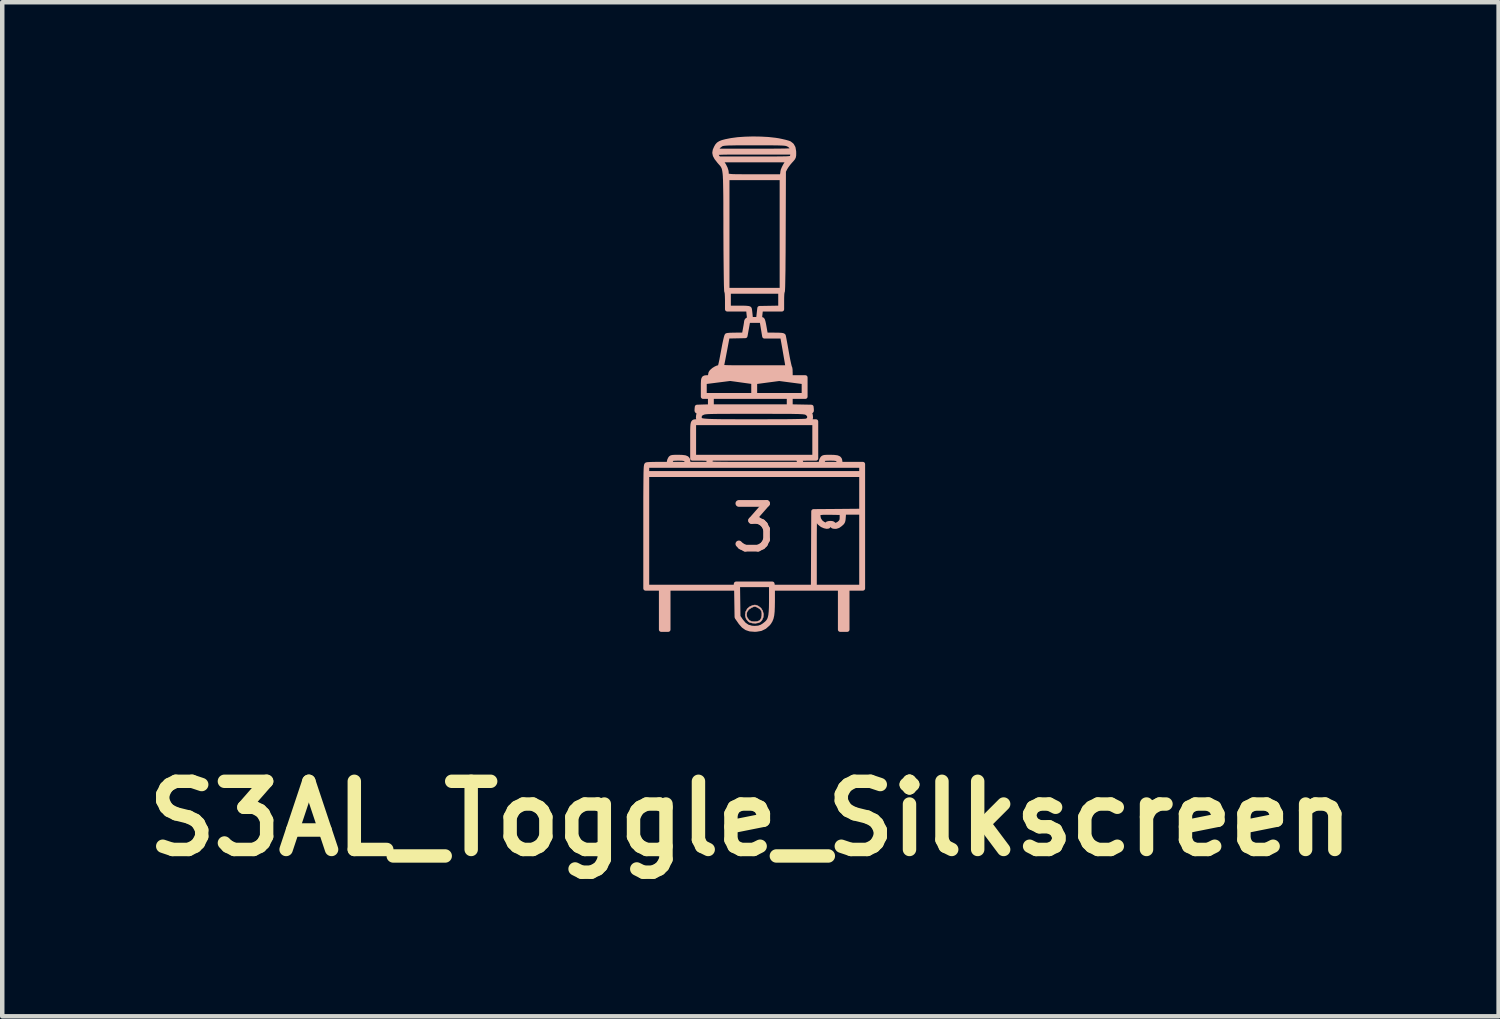
<source format=kicad_pcb>
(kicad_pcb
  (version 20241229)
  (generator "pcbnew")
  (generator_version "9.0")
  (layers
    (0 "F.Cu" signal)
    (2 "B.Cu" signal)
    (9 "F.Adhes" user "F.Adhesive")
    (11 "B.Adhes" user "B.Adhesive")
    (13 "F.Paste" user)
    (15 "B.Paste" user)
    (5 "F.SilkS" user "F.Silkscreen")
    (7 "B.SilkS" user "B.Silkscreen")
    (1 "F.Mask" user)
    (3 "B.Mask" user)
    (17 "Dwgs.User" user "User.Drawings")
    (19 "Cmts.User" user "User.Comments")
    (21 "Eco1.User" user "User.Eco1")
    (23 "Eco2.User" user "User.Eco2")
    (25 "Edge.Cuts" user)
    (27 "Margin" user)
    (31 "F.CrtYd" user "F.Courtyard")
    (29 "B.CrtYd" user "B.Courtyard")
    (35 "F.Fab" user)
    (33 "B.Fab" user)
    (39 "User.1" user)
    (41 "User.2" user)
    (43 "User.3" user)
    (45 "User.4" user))
  (footprint "S3AL_Toggle_Silkscreen"
    (layer "F.Cu")
    (at 13.673 5.673)
    (property "Reference" "S3AL_Toggle_Silkscreen" (at 0.05 9.575 0) (layer "F.SilkS") (effects (font (size 1.524 1.524) (thickness 0.3))))
    (attr through_hole)
    (fp_poly (pts (xy 0.18 4.804) (xy 0.226 4.824) (xy 0.229 4.825) (xy 0.287 4.871) (xy 0.325 4.933) (xy 0.342 5.004) (xy 0.336 5.076) (xy 0.306 5.141) (xy 0.274 5.176) (xy 0.227 5.198) (xy 0.163 5.208) (xy 0.095 5.204) (xy 0.035 5.188) (xy 0.006 5.171) (xy -0.044 5.11) (xy -0.065 5.037) (xy -0.063 5.015) (xy -0.038 5.015) (xy -0.024 5.078) (xy 0.02 5.137) (xy 0.03 5.146) (xy 0.076 5.168) (xy 0.137 5.175) (xy 0.2 5.169) (xy 0.251 5.149) (xy 0.26 5.143) (xy 0.289 5.101) (xy 0.305 5.041) (xy 0.306 4.977) (xy 0.296 4.934) (xy 0.269 4.896) (xy 0.222 4.862) (xy 0.214 4.858) (xy 0.174 4.839) (xy 0.146 4.833) (xy 0.116 4.841) (xy 0.08 4.856) (xy 0.015 4.898) (xy -0.025 4.953) (xy -0.038 5.015) (xy -0.063 5.015) (xy -0.057 4.959) (xy -0.056 4.953) (xy -0.019 4.884) (xy 0.039 4.835) (xy 0.103 4.808) (xy 0.144 4.8) (xy 0.18 4.804)) (stroke (width 0.01) (type solid)) (fill yes) (layer "B.SilkS"))
    (fp_poly (pts (xy 0.281 -5.62) (xy 0.45 -5.611) (xy 0.603 -5.594) (xy 0.675 -5.583) (xy 0.755 -5.566) (xy 0.829 -5.549) (xy 0.888 -5.532) (xy 0.924 -5.519) (xy 0.924 -5.519) (xy 0.976 -5.478) (xy 1.009 -5.419) (xy 1.023 -5.338) (xy 1.024 -5.302) (xy 1.023 -5.25) (xy 1.016 -5.214) (xy 0.999 -5.183) (xy 0.967 -5.145) (xy 0.946 -5.123) (xy 0.9 -5.069) (xy 0.857 -5.011) (xy 0.831 -4.969) (xy 0.794 -4.897) (xy 0.789 -3.552) (xy 0.788 -3.298) (xy 0.787 -3.069) (xy 0.785 -2.864) (xy 0.784 -2.686) (xy 0.781 -2.534) (xy 0.779 -2.41) (xy 0.777 -2.315) (xy 0.774 -2.249) (xy 0.771 -2.213) (xy 0.769 -2.207) (xy 0.763 -2.192) (xy 0.758 -2.149) (xy 0.755 -2.084) (xy 0.754 -2.008) (xy 0.754 -1.81) (xy 0.282 -1.81) (xy 0.272 -1.726) (xy 0.265 -1.66) (xy 0.263 -1.619) (xy 0.268 -1.597) (xy 0.28 -1.589) (xy 0.293 -1.587) (xy 0.308 -1.586) (xy 0.32 -1.578) (xy 0.329 -1.559) (xy 0.339 -1.524) (xy 0.351 -1.468) (xy 0.366 -1.385) (xy 0.392 -1.238) (xy 0.587 -1.238) (xy 0.674 -1.237) (xy 0.734 -1.234) (xy 0.77 -1.229) (xy 0.788 -1.221) (xy 0.791 -1.217) (xy 0.796 -1.195) (xy 0.805 -1.148) (xy 0.818 -1.078) (xy 0.834 -0.992) (xy 0.851 -0.895) (xy 0.858 -0.856) (xy 0.876 -0.756) (xy 0.893 -0.667) (xy 0.909 -0.594) (xy 0.921 -0.542) (xy 0.929 -0.514) (xy 0.931 -0.511) (xy 0.938 -0.493) (xy 0.943 -0.453) (xy 0.944 -0.398) (xy 0.945 -0.396) (xy 0.945 -0.286) (xy 1.278 -0.286) (xy 1.278 0.143) (xy 0.945 0.143) (xy 0.945 0.364) (xy 1.413 0.373) (xy 1.418 0.425) (xy 1.418 0.46) (xy 1.406 0.474) (xy 1.381 0.476) (xy 1.353 0.478) (xy 1.352 0.488) (xy 1.364 0.501) (xy 1.394 0.551) (xy 1.4 0.61) (xy 1.391 0.645) (xy 1.378 0.677) (xy 1.379 0.693) (xy 1.402 0.698) (xy 1.445 0.699) (xy 1.516 0.699) (xy 1.516 1.524) (xy 1.333 1.524) (xy 1.262 1.525) (xy 1.203 1.527) (xy 1.164 1.529) (xy 1.151 1.532) (xy 1.156 1.551) (xy 1.17 1.587) (xy 1.174 1.596) (xy 1.197 1.651) (xy 1.627 1.651) (xy 1.627 1.618) (xy 1.659 1.618) (xy 1.661 1.632) (xy 1.669 1.642) (xy 1.691 1.647) (xy 1.73 1.65) (xy 1.792 1.651) (xy 1.841 1.651) (xy 2.024 1.651) (xy 2.024 1.607) (xy 2.02 1.571) (xy 2.006 1.547) (xy 1.975 1.533) (xy 1.924 1.526) (xy 1.846 1.524) (xy 1.839 1.524) (xy 1.768 1.525) (xy 1.723 1.528) (xy 1.696 1.534) (xy 1.681 1.546) (xy 1.675 1.555) (xy 1.661 1.596) (xy 1.659 1.618) (xy 1.627 1.618) (xy 1.627 1.611) (xy 1.636 1.567) (xy 1.653 1.531) (xy 1.667 1.513) (xy 1.684 1.502) (xy 1.711 1.496) (xy 1.756 1.493) (xy 1.825 1.492) (xy 1.832 1.492) (xy 1.922 1.495) (xy 1.986 1.503) (xy 2.026 1.52) (xy 2.048 1.547) (xy 2.056 1.587) (xy 2.056 1.596) (xy 2.056 1.651) (xy 2.564 1.651) (xy 2.564 4.429) (xy 2.215 4.429) (xy 2.215 5.35) (xy 2.056 5.35) (xy 2.056 4.429) (xy 2.087 4.429) (xy 2.087 5.318) (xy 2.183 5.318) (xy 2.183 4.429) (xy 2.087 4.429) (xy 2.056 4.429) (xy 0.548 4.429) (xy 0.548 4.712) (xy 0.546 4.842) (xy 0.542 4.946) (xy 0.533 5.028) (xy 0.518 5.093) (xy 0.497 5.145) (xy 0.469 5.191) (xy 0.443 5.223) (xy 0.367 5.29) (xy 0.282 5.331) (xy 0.182 5.348) (xy 0.142 5.349) (xy 0.042 5.341) (xy -0.037 5.315) (xy -0.105 5.267) (xy -0.17 5.193) (xy -0.182 5.175) (xy -0.254 5.072) (xy -0.259 4.751) (xy -0.264 4.429) (xy -1.786 4.429) (xy -1.786 5.35) (xy -1.945 5.35) (xy -1.945 4.429) (xy -1.913 4.429) (xy -1.913 5.318) (xy -1.818 5.318) (xy -1.818 4.429) (xy -1.913 4.429) (xy -1.945 4.429) (xy -2.294 4.429) (xy -2.294 3.05) (xy -2.294 2.807) (xy -2.294 2.595) (xy -2.294 2.41) (xy -2.293 2.251) (xy -2.292 2.116) (xy -2.291 2.003) (xy -2.29 1.911) (xy -2.29 1.889) (xy -2.262 1.889) (xy -2.262 4.397) (xy -0.28 4.397) (xy -0.273 4.35) (xy -0.232 4.35) (xy -0.227 4.705) (xy -0.222 5.061) (xy -0.159 5.154) (xy -0.091 5.234) (xy -0.015 5.286) (xy 0.074 5.312) (xy 0.143 5.317) (xy 0.235 5.31) (xy 0.301 5.287) (xy 0.354 5.254) (xy 0.406 5.213) (xy 0.416 5.204) (xy 0.447 5.17) (xy 0.471 5.132) (xy 0.488 5.086) (xy 0.501 5.027) (xy 0.509 4.951) (xy 0.514 4.854) (xy 0.516 4.732) (xy 0.516 4.672) (xy 0.516 4.35) (xy -0.232 4.35) (xy -0.273 4.35) (xy -0.27 4.326) (xy 0.54 4.326) (xy 0.55 4.397) (xy 1.452 4.397) (xy 1.456 3.564) (xy 1.484 3.564) (xy 1.484 4.397) (xy 2.532 4.397) (xy 2.532 2.731) (xy 2.139 2.731) (xy 2.132 2.836) (xy 2.127 2.895) (xy 2.118 2.932) (xy 2.101 2.961) (xy 2.069 2.99) (xy 2.064 2.995) (xy 2.014 3.031) (xy 1.967 3.047) (xy 1.942 3.048) (xy 1.899 3.044) (xy 1.882 3.03) (xy 1.881 3.024) (xy 1.867 3.005) (xy 1.841 3) (xy 1.81 3.009) (xy 1.802 3.024) (xy 1.789 3.043) (xy 1.756 3.047) (xy 1.708 3.037) (xy 1.655 3.014) (xy 1.651 3.012) (xy 1.59 2.963) (xy 1.554 2.899) (xy 1.541 2.815) (xy 1.54 2.806) (xy 1.54 2.804) (xy 1.564 2.804) (xy 1.578 2.878) (xy 1.618 2.942) (xy 1.67 2.983) (xy 1.726 3.009) (xy 1.758 3.014) (xy 1.766 2.999) (xy 1.766 2.996) (xy 1.776 2.981) (xy 1.806 2.973) (xy 1.845 2.97) (xy 1.882 2.975) (xy 1.905 2.988) (xy 1.907 2.992) (xy 1.929 3.013) (xy 1.967 3.012) (xy 2.015 2.99) (xy 2.04 2.971) (xy 2.071 2.942) (xy 2.087 2.915) (xy 2.094 2.878) (xy 2.095 2.832) (xy 2.095 2.738) (xy 1.852 2.734) (xy 1.749 2.733) (xy 1.674 2.734) (xy 1.622 2.739) (xy 1.59 2.749) (xy 1.572 2.764) (xy 1.565 2.786) (xy 1.564 2.804) (xy 1.54 2.804) (xy 1.538 2.759) (xy 1.529 2.736) (xy 1.512 2.731) (xy 1.506 2.732) (xy 1.501 2.738) (xy 1.496 2.752) (xy 1.493 2.775) (xy 1.49 2.81) (xy 1.488 2.86) (xy 1.487 2.927) (xy 1.486 3.015) (xy 1.485 3.124) (xy 1.484 3.258) (xy 1.484 3.42) (xy 1.484 3.564) (xy 1.456 3.564) (xy 1.46 2.707) (xy 1.996 2.703) (xy 2.532 2.698) (xy 2.532 1.889) (xy -2.262 1.889) (xy -2.29 1.889) (xy -2.289 1.836) (xy -2.287 1.778) (xy -2.285 1.734) (xy -2.282 1.702) (xy -2.279 1.683) (xy -2.262 1.683) (xy -2.262 1.857) (xy 2.532 1.857) (xy 2.532 1.683) (xy -2.262 1.683) (xy -2.279 1.683) (xy -2.279 1.681) (xy -2.275 1.668) (xy -2.271 1.662) (xy -2.269 1.661) (xy -2.245 1.657) (xy -2.195 1.654) (xy -2.126 1.652) (xy -2.045 1.651) (xy -2.007 1.651) (xy -1.77 1.651) (xy -1.77 1.618) (xy -1.738 1.618) (xy -1.737 1.632) (xy -1.728 1.642) (xy -1.707 1.647) (xy -1.668 1.65) (xy -1.605 1.651) (xy -1.556 1.651) (xy -1.373 1.651) (xy -1.373 1.607) (xy -1.377 1.571) (xy -1.391 1.547) (xy -1.422 1.533) (xy -1.473 1.526) (xy -1.551 1.524) (xy -1.558 1.524) (xy -1.629 1.525) (xy -1.674 1.528) (xy -1.701 1.534) (xy -1.716 1.546) (xy -1.722 1.555) (xy -1.736 1.596) (xy -1.738 1.618) (xy -1.77 1.618) (xy -1.77 1.611) (xy -1.761 1.567) (xy -1.744 1.531) (xy -1.731 1.513) (xy -1.714 1.502) (xy -1.686 1.496) (xy -1.641 1.493) (xy -1.572 1.492) (xy -1.565 1.492) (xy -1.475 1.495) (xy -1.412 1.503) (xy -1.371 1.52) (xy -1.349 1.547) (xy -1.342 1.587) (xy -1.341 1.596) (xy -1.341 1.651) (xy -0.9 1.651) (xy -0.891 1.626) (xy -0.859 1.626) (xy -0.859 1.631) (xy -0.852 1.635) (xy -0.838 1.639) (xy -0.813 1.642) (xy -0.775 1.645) (xy -0.722 1.647) (xy -0.652 1.648) (xy -0.562 1.649) (xy -0.451 1.65) (xy -0.316 1.651) (xy -0.155 1.651) (xy 0.035 1.651) (xy 0.148 1.651) (xy 1.164 1.651) (xy 1.139 1.587) (xy 1.114 1.524) (xy -0.83 1.524) (xy -0.84 1.562) (xy -0.851 1.603) (xy -0.859 1.626) (xy -0.891 1.626) (xy -0.883 1.601) (xy -0.871 1.563) (xy -0.865 1.538) (xy -0.865 1.538) (xy -0.88 1.532) (xy -0.921 1.528) (xy -0.981 1.525) (xy -1.054 1.524) (xy -1.246 1.524) (xy -1.246 1.121) (xy -1.246 0.994) (xy -1.246 0.896) (xy -1.244 0.822) (xy -1.24 0.769) (xy -1.233 0.734) (xy -1.231 0.73) (xy -1.214 0.73) (xy -1.214 1.492) (xy 1.484 1.492) (xy 1.484 0.73) (xy -1.214 0.73) (xy -1.231 0.73) (xy -1.222 0.713) (xy -1.206 0.702) (xy -1.184 0.699) (xy -1.155 0.698) (xy -1.141 0.699) (xy -1.106 0.697) (xy -1.095 0.687) (xy -1.103 0.668) (xy -1.118 0.614) (xy -1.088 0.614) (xy -1.087 0.63) (xy -1.083 0.644) (xy -1.074 0.656) (xy -1.058 0.666) (xy -1.032 0.675) (xy -0.995 0.681) (xy -0.944 0.686) (xy -0.878 0.69) (xy -0.794 0.693) (xy -0.691 0.695) (xy -0.565 0.697) (xy -0.416 0.697) (xy -0.241 0.698) (xy -0.037 0.698) (xy 0.138 0.698) (xy 0.377 0.698) (xy 0.585 0.697) (xy 0.764 0.697) (xy 0.915 0.696) (xy 1.04 0.694) (xy 1.14 0.692) (xy 1.217 0.69) (xy 1.271 0.687) (xy 1.304 0.683) (xy 1.317 0.68) (xy 1.357 0.648) (xy 1.372 0.605) (xy 1.363 0.56) (xy 1.329 0.52) (xy 1.302 0.503) (xy 1.289 0.498) (xy 1.271 0.493) (xy 1.248 0.49) (xy 1.215 0.486) (xy 1.172 0.484) (xy 1.116 0.481) (xy 1.044 0.48) (xy 0.954 0.478) (xy 0.844 0.478) (xy 0.711 0.477) (xy 0.554 0.477) (xy 0.37 0.476) (xy 0.156 0.476) (xy 0.142 0.476) (xy -0.072 0.476) (xy -0.257 0.476) (xy -0.414 0.477) (xy -0.547 0.477) (xy -0.657 0.478) (xy -0.748 0.479) (xy -0.82 0.481) (xy -0.877 0.482) (xy -0.921 0.485) (xy -0.954 0.488) (xy -0.978 0.492) (xy -0.996 0.496) (xy -1.011 0.502) (xy -1.024 0.508) (xy -1.025 0.508) (xy -1.065 0.532) (xy -1.083 0.556) (xy -1.087 0.592) (xy -1.087 0.595) (xy -1.088 0.614) (xy -1.118 0.614) (xy -1.118 0.613) (xy -1.113 0.556) (xy -1.089 0.51) (xy -1.087 0.508) (xy -1.056 0.476) (xy -1.104 0.476) (xy -1.137 0.473) (xy -1.149 0.458) (xy -1.148 0.425) (xy -1.148 0.421) (xy -1.119 0.421) (xy -1.116 0.425) (xy -1.107 0.429) (xy -1.088 0.432) (xy -1.058 0.435) (xy -1.015 0.437) (xy -0.958 0.439) (xy -0.883 0.441) (xy -0.79 0.442) (xy -0.675 0.443) (xy -0.538 0.444) (xy -0.375 0.444) (xy -0.186 0.444) (xy 0.032 0.444) (xy 0.135 0.445) (xy 0.366 0.444) (xy 0.567 0.444) (xy 0.741 0.444) (xy 0.889 0.443) (xy 1.013 0.443) (xy 1.115 0.441) (xy 1.198 0.44) (xy 1.262 0.438) (xy 1.311 0.436) (xy 1.346 0.433) (xy 1.37 0.43) (xy 1.383 0.427) (xy 1.389 0.423) (xy 1.389 0.421) (xy 1.386 0.416) (xy 1.376 0.412) (xy 1.358 0.409) (xy 1.328 0.406) (xy 1.285 0.404) (xy 1.227 0.402) (xy 1.153 0.401) (xy 1.059 0.399) (xy 0.945 0.398) (xy 0.807 0.398) (xy 0.645 0.397) (xy 0.456 0.397) (xy 0.238 0.397) (xy 0.135 0.397) (xy -0.096 0.397) (xy -0.298 0.397) (xy -0.471 0.397) (xy -0.619 0.398) (xy -0.743 0.399) (xy -0.845 0.4) (xy -0.928 0.401) (xy -0.993 0.403) (xy -1.041 0.405) (xy -1.077 0.408) (xy -1.1 0.411) (xy -1.113 0.415) (xy -1.119 0.419) (xy -1.119 0.421) (xy -1.148 0.421) (xy -1.143 0.373) (xy -0.996 0.368) (xy -0.849 0.364) (xy -0.849 0.143) (xy -0.818 0.143) (xy -0.818 0.365) (xy 0.913 0.365) (xy 0.913 0.143) (xy -0.818 0.143) (xy -0.849 0.143) (xy -1.008 0.143) (xy -1.008 -0.062) (xy -1.008 -0.15) (xy -1.006 -0.185) (xy -0.976 -0.185) (xy -0.976 0.111) (xy 0.119 0.111) (xy 0.119 -0.185) (xy 0.151 -0.185) (xy 0.151 0.111) (xy 1.246 0.111) (xy 1.246 -0.185) (xy 0.97 -0.221) (xy 0.765 -0.248) (xy 1.061 -0.248) (xy 1.063 -0.245) (xy 1.09 -0.239) (xy 1.095 -0.238) (xy 1.172 -0.227) (xy 1.223 -0.226) (xy 1.245 -0.234) (xy 1.246 -0.238) (xy 1.231 -0.246) (xy 1.192 -0.251) (xy 1.139 -0.252) (xy 1.085 -0.25) (xy 1.061 -0.248) (xy 0.765 -0.248) (xy 0.694 -0.257) (xy 0.422 -0.221) (xy 0.151 -0.185) (xy 0.119 -0.185) (xy 0.119 -0.186) (xy -0.141 -0.222) (xy -0.298 -0.244) (xy -0.025 -0.244) (xy -0.023 -0.24) (xy -0.016 -0.238) (xy 0.078 -0.228) (xy 0.183 -0.227) (xy 0.279 -0.235) (xy 0.294 -0.237) (xy 0.313 -0.242) (xy 0.306 -0.246) (xy 0.271 -0.248) (xy 0.206 -0.25) (xy 0.143 -0.25) (xy 0.06 -0.249) (xy 0.003 -0.247) (xy -0.025 -0.244) (xy -0.298 -0.244) (xy -0.402 -0.258) (xy -0.976 -0.185) (xy -1.006 -0.185) (xy -1.005 -0.211) (xy -1.001 -0.237) (xy -0.976 -0.237) (xy -0.963 -0.228) (xy -0.92 -0.227) (xy -0.869 -0.231) (xy -0.814 -0.237) (xy -0.774 -0.243) (xy -0.755 -0.248) (xy -0.755 -0.248) (xy -0.767 -0.251) (xy -0.802 -0.253) (xy -0.855 -0.254) (xy -0.863 -0.254) (xy -0.926 -0.252) (xy -0.965 -0.245) (xy -0.976 -0.237) (xy -1.001 -0.237) (xy -0.998 -0.251) (xy -0.985 -0.273) (xy -0.962 -0.283) (xy -0.928 -0.286) (xy -0.905 -0.286) (xy -0.869 -0.288) (xy -0.853 -0.303) (xy -0.847 -0.338) (xy -0.846 -0.345) (xy -0.839 -0.381) (xy -0.818 -0.381) (xy -0.818 -0.286) (xy 0.913 -0.286) (xy 0.913 -0.381) (xy -0.818 -0.381) (xy -0.839 -0.381) (xy -0.838 -0.385) (xy -0.82 -0.413) (xy -0.774 -0.413) (xy 0.069 -0.413) (xy 0.254 -0.413) (xy 0.41 -0.413) (xy 0.539 -0.413) (xy 0.644 -0.414) (xy 0.727 -0.415) (xy 0.791 -0.416) (xy 0.838 -0.419) (xy 0.871 -0.421) (xy 0.893 -0.425) (xy 0.905 -0.429) (xy 0.911 -0.435) (xy 0.913 -0.441) (xy 0.913 -0.445) (xy 0.912 -0.452) (xy 0.908 -0.458) (xy 0.899 -0.463) (xy 0.882 -0.466) (xy 0.854 -0.47) (xy 0.812 -0.472) (xy 0.755 -0.474) (xy 0.679 -0.475) (xy 0.582 -0.476) (xy 0.462 -0.476) (xy 0.315 -0.476) (xy 0.14 -0.476) (xy 0.11 -0.476) (xy -0.071 -0.476) (xy -0.222 -0.476) (xy -0.347 -0.476) (xy -0.449 -0.475) (xy -0.529 -0.474) (xy -0.591 -0.472) (xy -0.638 -0.469) (xy -0.672 -0.466) (xy -0.696 -0.462) (xy -0.713 -0.457) (xy -0.725 -0.451) (xy -0.734 -0.445) (xy -0.774 -0.413) (xy -0.82 -0.413) (xy -0.816 -0.418) (xy -0.774 -0.455) (xy -0.773 -0.456) (xy -0.727 -0.485) (xy -0.685 -0.504) (xy -0.667 -0.508) (xy -0.655 -0.508) (xy -0.645 -0.511) (xy -0.636 -0.519) (xy -0.63 -0.532) (xy -0.592 -0.532) (xy -0.59 -0.526) (xy -0.581 -0.521) (xy -0.564 -0.517) (xy -0.535 -0.514) (xy -0.492 -0.512) (xy -0.433 -0.51) (xy -0.354 -0.509) (xy -0.253 -0.508) (xy -0.127 -0.508) (xy 0.027 -0.508) (xy 0.143 -0.508) (xy 0.885 -0.508) (xy 0.875 -0.575) (xy 0.869 -0.613) (xy 0.858 -0.676) (xy 0.844 -0.756) (xy 0.828 -0.848) (xy 0.815 -0.925) (xy 0.765 -1.206) (xy 0.363 -1.206) (xy 0.305 -1.556) (xy -0.003 -1.556) (xy -0.033 -1.385) (xy -0.064 -1.214) (xy -0.263 -1.21) (xy -0.462 -1.206) (xy -0.522 -0.888) (xy -0.541 -0.79) (xy -0.558 -0.701) (xy -0.573 -0.626) (xy -0.584 -0.571) (xy -0.59 -0.542) (xy -0.591 -0.539) (xy -0.592 -0.532) (xy -0.63 -0.532) (xy -0.627 -0.538) (xy -0.618 -0.568) (xy -0.607 -0.616) (xy -0.593 -0.682) (xy -0.576 -0.772) (xy -0.554 -0.889) (xy -0.545 -0.937) (xy -0.528 -1.027) (xy -0.511 -1.106) (xy -0.496 -1.17) (xy -0.484 -1.211) (xy -0.477 -1.226) (xy -0.455 -1.231) (xy -0.409 -1.235) (xy -0.345 -1.237) (xy -0.276 -1.238) (xy -0.091 -1.238) (xy -0.066 -1.379) (xy -0.054 -1.445) (xy -0.045 -1.501) (xy -0.04 -1.537) (xy -0.04 -1.545) (xy -0.026 -1.569) (xy -0.006 -1.58) (xy 0.014 -1.59) (xy 0.022 -1.61) (xy 0.02 -1.649) (xy 0.018 -1.663) (xy 0.012 -1.716) (xy 0.008 -1.762) (xy 0.008 -1.772) (xy 0.008 -1.81) (xy -0.468 -1.81) (xy -0.468 -2.008) (xy -0.47 -2.09) (xy -0.473 -2.153) (xy -0.478 -2.193) (xy -0.484 -2.207) (xy -0.437 -2.207) (xy -0.437 -1.841) (xy -0.206 -1.841) (xy -0.108 -1.841) (xy -0.039 -1.838) (xy 0.005 -1.833) (xy 0.027 -1.826) (xy 0.031 -1.822) (xy 0.036 -1.796) (xy 0.042 -1.75) (xy 0.048 -1.695) (xy 0.058 -1.587) (xy 0.226 -1.587) (xy 0.24 -1.711) (xy 0.254 -1.834) (xy 0.488 -1.838) (xy 0.722 -1.842) (xy 0.722 -2.207) (xy -0.437 -2.207) (xy -0.484 -2.207) (xy -0.487 -2.222) (xy -0.489 -2.269) (xy -0.492 -2.345) (xy -0.494 -2.45) (xy -0.496 -2.584) (xy -0.498 -2.744) (xy -0.5 -2.93) (xy -0.502 -3.141) (xy -0.503 -3.376) (xy -0.504 -3.552) (xy -0.504 -3.794) (xy -0.505 -4.007) (xy -0.505 -4.192) (xy -0.506 -4.352) (xy -0.508 -4.489) (xy -0.51 -4.604) (xy -0.512 -4.701) (xy -0.515 -4.747) (xy -0.468 -4.747) (xy -0.468 -2.238) (xy 0.754 -2.238) (xy 0.754 -4.747) (xy -0.468 -4.747) (xy -0.515 -4.747) (xy -0.516 -4.781) (xy -0.521 -4.846) (xy -0.528 -4.899) (xy -0.536 -4.941) (xy -0.546 -4.975) (xy -0.559 -5.003) (xy -0.573 -5.027) (xy -0.59 -5.05) (xy -0.61 -5.072) (xy -0.632 -5.097) (xy -0.651 -5.119) (xy -0.67 -5.144) (xy -0.63 -5.144) (xy -0.586 -5.092) (xy -0.542 -5.029) (xy -0.508 -4.961) (xy -0.488 -4.897) (xy -0.485 -4.871) (xy -0.485 -4.848) (xy -0.484 -4.829) (xy -0.479 -4.813) (xy -0.467 -4.802) (xy -0.445 -4.793) (xy -0.411 -4.787) (xy -0.36 -4.782) (xy -0.292 -4.78) (xy -0.201 -4.779) (xy -0.087 -4.778) (xy 0.055 -4.778) (xy 0.143 -4.778) (xy 0.75 -4.778) (xy 0.76 -4.814) (xy 0.768 -4.859) (xy 0.77 -4.883) (xy 0.778 -4.92) (xy 0.8 -4.972) (xy 0.83 -5.029) (xy 0.863 -5.08) (xy 0.885 -5.108) (xy 0.918 -5.144) (xy -0.63 -5.144) (xy -0.67 -5.144) (xy -0.708 -5.192) (xy -0.741 -5.253) (xy -0.748 -5.289) (xy -0.722 -5.289) (xy -0.713 -5.256) (xy -0.69 -5.218) (xy -0.689 -5.217) (xy -0.657 -5.175) (xy 0.151 -5.175) (xy 0.332 -5.175) (xy 0.484 -5.175) (xy 0.609 -5.176) (xy 0.711 -5.177) (xy 0.791 -5.178) (xy 0.852 -5.179) (xy 0.898 -5.182) (xy 0.93 -5.185) (xy 0.951 -5.189) (xy 0.964 -5.194) (xy 0.971 -5.199) (xy 0.976 -5.206) (xy 0.989 -5.246) (xy 0.992 -5.277) (xy 0.992 -5.318) (xy 0.135 -5.318) (xy -0.052 -5.318) (xy -0.209 -5.318) (xy -0.34 -5.318) (xy -0.446 -5.317) (xy -0.531 -5.316) (xy -0.596 -5.314) (xy -0.645 -5.312) (xy -0.679 -5.309) (xy -0.701 -5.306) (xy -0.714 -5.302) (xy -0.721 -5.296) (xy -0.722 -5.29) (xy -0.722 -5.289) (xy -0.748 -5.289) (xy -0.752 -5.308) (xy -0.745 -5.35) (xy -0.722 -5.35) (xy 0.135 -5.35) (xy 0.323 -5.35) (xy 0.482 -5.35) (xy 0.613 -5.351) (xy 0.721 -5.352) (xy 0.806 -5.353) (xy 0.872 -5.355) (xy 0.92 -5.357) (xy 0.954 -5.36) (xy 0.976 -5.363) (xy 0.988 -5.368) (xy 0.992 -5.373) (xy 0.992 -5.375) (xy 0.977 -5.427) (xy 0.931 -5.473) (xy 0.897 -5.493) (xy 0.881 -5.5) (xy 0.863 -5.507) (xy 0.84 -5.512) (xy 0.809 -5.516) (xy 0.768 -5.519) (xy 0.713 -5.521) (xy 0.641 -5.523) (xy 0.548 -5.524) (xy 0.433 -5.524) (xy 0.292 -5.524) (xy 0.143 -5.524) (xy -0.024 -5.524) (xy -0.163 -5.524) (xy -0.275 -5.524) (xy -0.365 -5.522) (xy -0.436 -5.521) (xy -0.489 -5.518) (xy -0.529 -5.515) (xy -0.559 -5.511) (xy -0.581 -5.506) (xy -0.598 -5.499) (xy -0.608 -5.494) (xy -0.664 -5.451) (xy -0.695 -5.407) (xy -0.722 -5.35) (xy -0.745 -5.35) (xy -0.742 -5.366) (xy -0.717 -5.423) (xy -0.693 -5.465) (xy -0.664 -5.498) (xy -0.625 -5.523) (xy -0.572 -5.544) (xy -0.499 -5.563) (xy -0.468 -5.569) (xy -0.258 -5.569) (xy -0.232 -5.566) (xy -0.178 -5.563) (xy -0.096 -5.561) (xy 0.01 -5.56) (xy 0.135 -5.56) (xy 0.248 -5.56) (xy 0.348 -5.562) (xy 0.431 -5.563) (xy 0.493 -5.566) (xy 0.531 -5.568) (xy 0.542 -5.571) (xy 0.54 -5.572) (xy 0.506 -5.576) (xy 0.447 -5.58) (xy 0.368 -5.582) (xy 0.275 -5.584) (xy 0.175 -5.585) (xy 0.072 -5.585) (xy -0.027 -5.584) (xy -0.115 -5.582) (xy -0.188 -5.579) (xy -0.238 -5.575) (xy -0.254 -5.573) (xy -0.258 -5.569) (xy -0.468 -5.569) (xy -0.4 -5.583) (xy -0.371 -5.588) (xy -0.231 -5.607) (xy -0.069 -5.618) (xy 0.105 -5.623) (xy 0.281 -5.62)) (stroke (width 0.1) (type solid)) (fill yes) (layer "B.SilkS"))
    (fp_text user "3" (at 0.125 3.075 0) (layer "B.SilkS") (effects (font (size 1 1) (thickness 0.15)))))
  (gr_rect
    (start -3 -3)
    (end 30.447 19.666)
    (stroke (width 0.1) (type default))
    (fill no)
    (layer "Edge.Cuts")))
</source>
